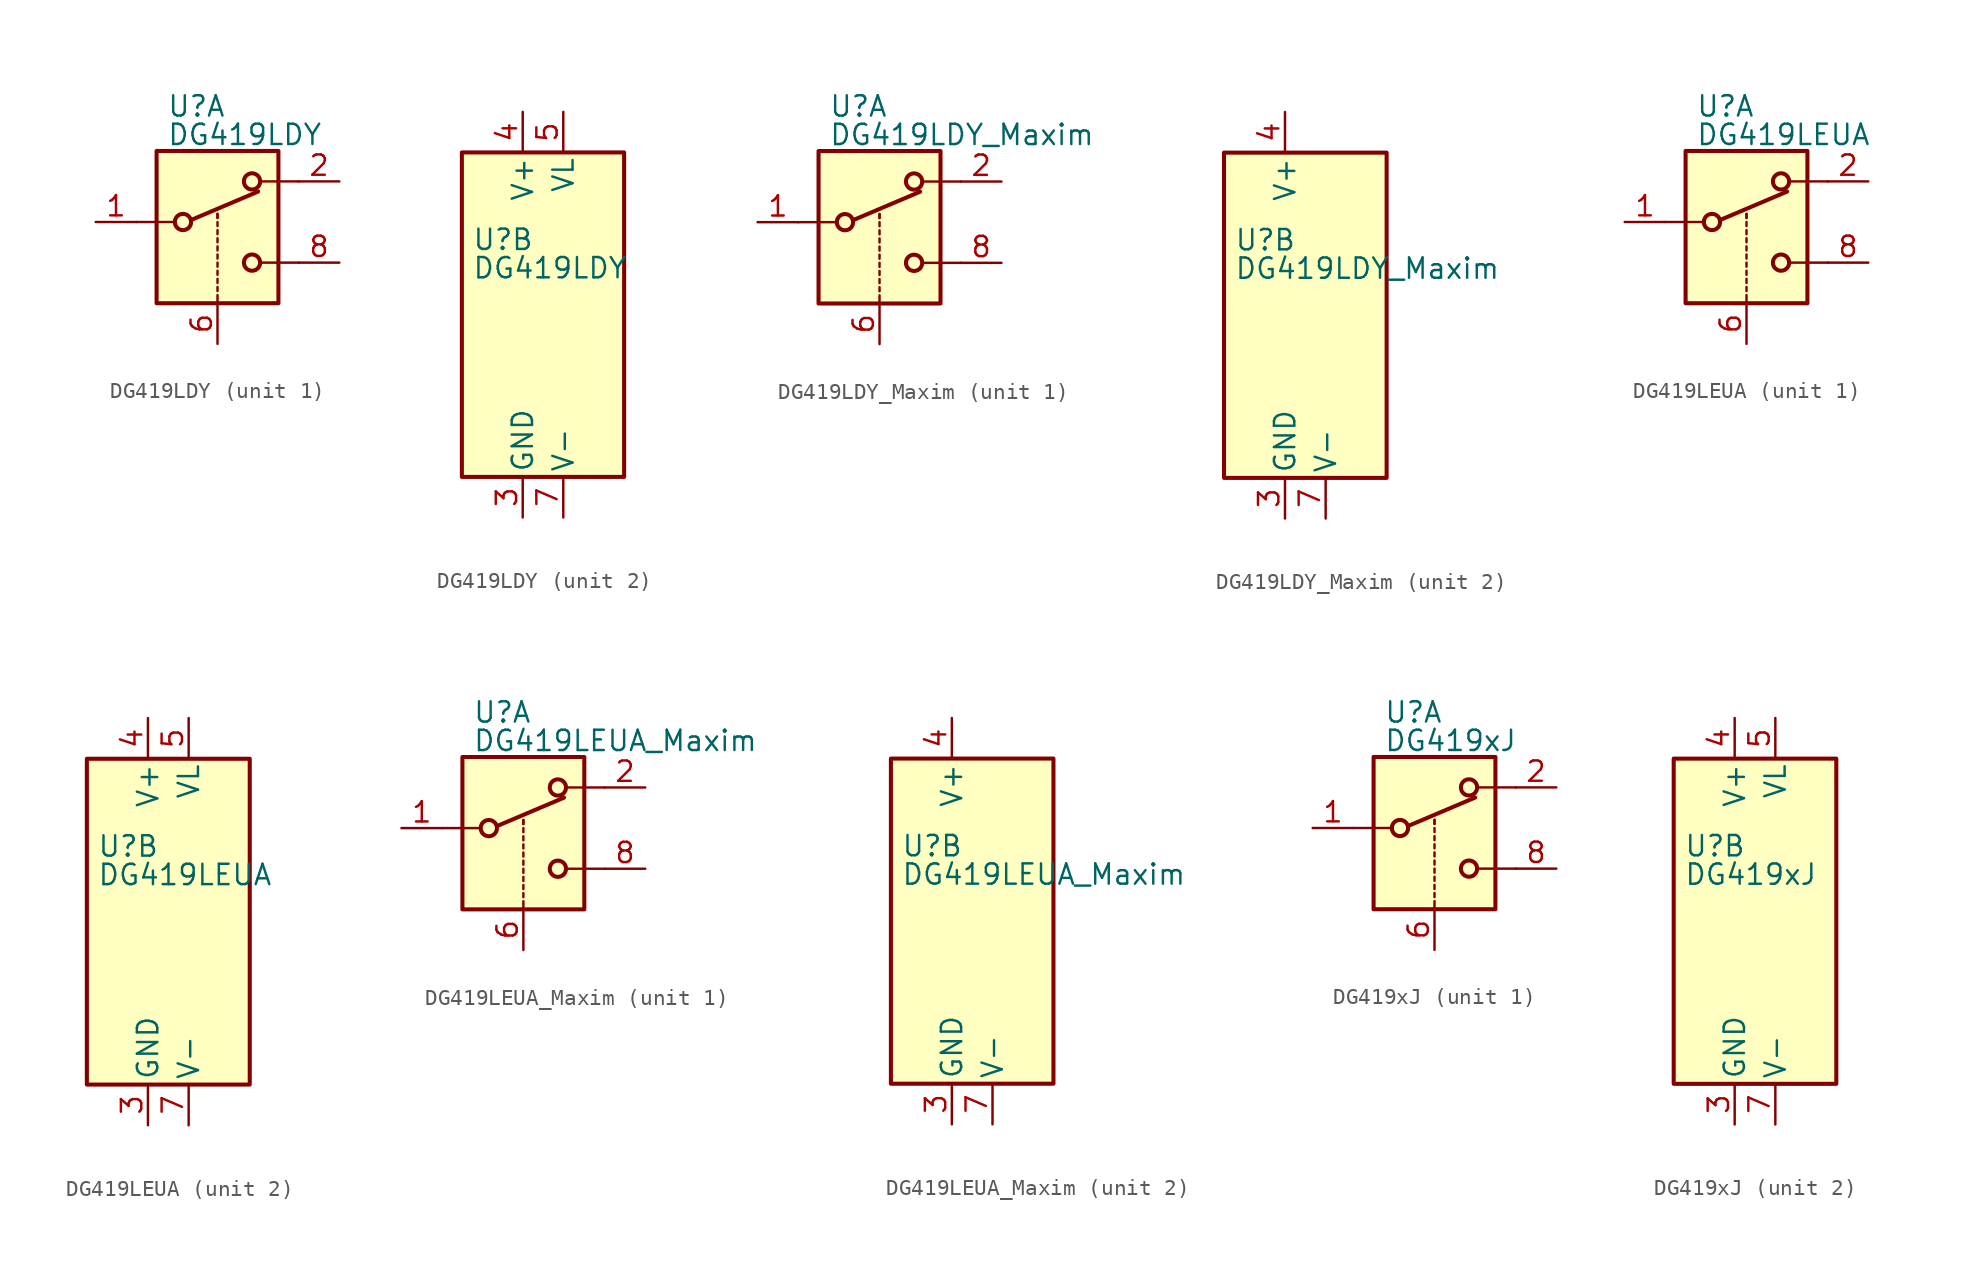
<source format=kicad_sym>
(kicad_symbol_lib
  (version 20220914)
  (generator kicad_symbol_editor)
  (symbol "DG419LDY"
    (pin_names
      (offset 0.254))
    (property "Reference" "U"
      (at -3.175 4.699 0)
      (effects (font (size 1.27 1.27)) (justify left)))
    (property "Value" "DG419LDY"
      (at -3.175 2.921 0)
      (effects (font (size 1.27 1.27)) (justify left)))
    (symbol "DG419LDY_1_1"
      (rectangle (start -3.81 1.905) (end 3.81 -7.62) (stroke (width 0.254) (type default)) (fill (type background)))
      (circle (center -2.159 -2.54) (radius 0.508) (stroke (width 0.254) (type default)) (fill (type none)))
      (polyline (pts (xy -5.08 -2.54) (xy -2.794 -2.54)) (stroke (width 0) (type default)) (fill (type none)))
      (polyline (pts (xy -1.651 -2.413) (xy 2.54 -0.635)) (stroke (width 0.254) (type default)) (fill (type none)))
      (polyline (pts (xy 0 -7.62) (xy 0 -7.112)) (stroke (width 0) (type default)) (fill (type none)))
      (polyline (pts (xy 0 -6.858) (xy 0 -6.604)) (stroke (width 0) (type default)) (fill (type none)))
      (polyline (pts (xy 0 -6.35) (xy 0 -6.096)) (stroke (width 0) (type default)) (fill (type none)))
      (polyline (pts (xy 0 -5.842) (xy 0 -5.588)) (stroke (width 0) (type default)) (fill (type none)))
      (polyline (pts (xy 0 -5.334) (xy 0 -5.08)) (stroke (width 0) (type default)) (fill (type none)))
      (polyline (pts (xy 0 -4.826) (xy 0 -4.572)) (stroke (width 0) (type default)) (fill (type none)))
      (polyline (pts (xy 0 -4.318) (xy 0 -4.064)) (stroke (width 0) (type default)) (fill (type none)))
      (polyline (pts (xy 0 -3.81) (xy 0 -3.556)) (stroke (width 0) (type default)) (fill (type none)))
      (polyline (pts (xy 0 -3.302) (xy 0 -3.048)) (stroke (width 0) (type default)) (fill (type none)))
      (polyline (pts (xy 0 -2.794) (xy 0 -2.54)) (stroke (width 0) (type default)) (fill (type none)))
      (polyline (pts (xy 0 -2.286) (xy 0 -2.032)) (stroke (width 0) (type default)) (fill (type none)))
      (polyline (pts (xy 0 -2.286) (xy 0 -2.032)) (stroke (width 0) (type default)) (fill (type none)))
      (polyline (pts (xy 5.08 -5.08) (xy 2.794 -5.08)) (stroke (width 0) (type default)) (fill (type none)))
      (polyline (pts (xy 5.08 0) (xy 2.794 0)) (stroke (width 0) (type default)) (fill (type none)))
      (circle (center 2.159 -5.08) (radius 0.508) (stroke (width 0.254) (type default)) (fill (type none)))
      (circle (center 2.159 0) (radius 0.508) (stroke (width 0.254) (type default)) (fill (type none)))
      (pin passive line (at -7.62 -2.54 0) (length 2.54) (name "~" (effects (font (size 1.27 1.27)))) (number "1" (effects (font (size 1.27 1.27)))))
      (pin passive line (at 7.62 0 180) (length 2.54) (name "~" (effects (font (size 1.27 1.27)))) (number "2" (effects (font (size 1.27 1.27)))))
      (pin input line (at 0 -10.16 90) (length 2.54) (name "~" (effects (font (size 1.27 1.27)))) (number "6" (effects (font (size 1.27 1.27)))))
      (pin passive line (at 7.62 -5.08 180) (length 2.54) (name "~" (effects (font (size 1.27 1.27)))) (number "8" (effects (font (size 1.27 1.27))))))
    (symbol "DG419LDY_2_0"
      (pin power_in line (at 0 -12.7 90) (length 2.54) (name "GND" (effects (font (size 1.27 1.27)))) (number "3" (effects (font (size 1.27 1.27)))))
      (pin power_in line (at 0 12.7 270) (length 2.54) (name "V+" (effects (font (size 1.27 1.27)))) (number "4" (effects (font (size 1.27 1.27)))))
      (pin power_in line (at 2.54 12.7 270) (length 2.54) (name "VL" (effects (font (size 1.27 1.27)))) (number "5" (effects (font (size 1.27 1.27)))))
      (pin power_in line (at 2.54 -12.7 90) (length 2.54) (name "V-" (effects (font (size 1.27 1.27)))) (number "7" (effects (font (size 1.27 1.27))))))
    (symbol "DG419LDY_2_1"
      (rectangle (start -3.81 10.16) (end 6.35 -10.16) (stroke (width 0.254) (type default)) (fill (type background)))))
  (symbol "DG419LDY_Maxim"
    (pin_names
      (offset 0.254))
    (property "Reference" "U"
      (at -3.175 4.699 0)
      (effects (font (size 1.27 1.27)) (justify left)))
    (property "Value" "DG419LDY_Maxim"
      (at -3.175 2.921 0)
      (effects (font (size 1.27 1.27)) (justify left)))
    (symbol "DG419LDY_Maxim_1_1"
      (rectangle (start -3.81 1.905) (end 3.81 -7.62) (stroke (width 0.254) (type default)) (fill (type background)))
      (circle (center -2.159 -2.54) (radius 0.508) (stroke (width 0.254) (type default)) (fill (type none)))
      (polyline (pts (xy -5.08 -2.54) (xy -2.794 -2.54)) (stroke (width 0) (type default)) (fill (type none)))
      (polyline (pts (xy -1.651 -2.413) (xy 2.54 -0.635)) (stroke (width 0.254) (type default)) (fill (type none)))
      (polyline (pts (xy 0 -7.62) (xy 0 -7.112)) (stroke (width 0) (type default)) (fill (type none)))
      (polyline (pts (xy 0 -6.858) (xy 0 -6.604)) (stroke (width 0) (type default)) (fill (type none)))
      (polyline (pts (xy 0 -6.35) (xy 0 -6.096)) (stroke (width 0) (type default)) (fill (type none)))
      (polyline (pts (xy 0 -5.842) (xy 0 -5.588)) (stroke (width 0) (type default)) (fill (type none)))
      (polyline (pts (xy 0 -5.334) (xy 0 -5.08)) (stroke (width 0) (type default)) (fill (type none)))
      (polyline (pts (xy 0 -4.826) (xy 0 -4.572)) (stroke (width 0) (type default)) (fill (type none)))
      (polyline (pts (xy 0 -4.318) (xy 0 -4.064)) (stroke (width 0) (type default)) (fill (type none)))
      (polyline (pts (xy 0 -3.81) (xy 0 -3.556)) (stroke (width 0) (type default)) (fill (type none)))
      (polyline (pts (xy 0 -3.302) (xy 0 -3.048)) (stroke (width 0) (type default)) (fill (type none)))
      (polyline (pts (xy 0 -2.794) (xy 0 -2.54)) (stroke (width 0) (type default)) (fill (type none)))
      (polyline (pts (xy 0 -2.286) (xy 0 -2.032)) (stroke (width 0) (type default)) (fill (type none)))
      (polyline (pts (xy 0 -2.286) (xy 0 -2.032)) (stroke (width 0) (type default)) (fill (type none)))
      (polyline (pts (xy 5.08 -5.08) (xy 2.794 -5.08)) (stroke (width 0) (type default)) (fill (type none)))
      (polyline (pts (xy 5.08 0) (xy 2.794 0)) (stroke (width 0) (type default)) (fill (type none)))
      (circle (center 2.159 -5.08) (radius 0.508) (stroke (width 0.254) (type default)) (fill (type none)))
      (circle (center 2.159 0) (radius 0.508) (stroke (width 0.254) (type default)) (fill (type none)))
      (pin passive line (at -7.62 -2.54 0) (length 2.54) (name "~" (effects (font (size 1.27 1.27)))) (number "1" (effects (font (size 1.27 1.27)))))
      (pin passive line (at 7.62 0 180) (length 2.54) (name "~" (effects (font (size 1.27 1.27)))) (number "2" (effects (font (size 1.27 1.27)))))
      (pin input line (at 0 -10.16 90) (length 2.54) (name "~" (effects (font (size 1.27 1.27)))) (number "6" (effects (font (size 1.27 1.27)))))
      (pin passive line (at 7.62 -5.08 180) (length 2.54) (name "~" (effects (font (size 1.27 1.27)))) (number "8" (effects (font (size 1.27 1.27))))))
    (symbol "DG419LDY_Maxim_2_0"
      (pin power_in line (at 0 -12.7 90) (length 2.54) (name "GND" (effects (font (size 1.27 1.27)))) (number "3" (effects (font (size 1.27 1.27)))))
      (pin power_in line (at 0 12.7 270) (length 2.54) (name "V+" (effects (font (size 1.27 1.27)))) (number "4" (effects (font (size 1.27 1.27)))))
      (pin no_connect line (at 2.54 10.16 270) (length 2.54) hide (name "NC" (effects (font (size 1.27 1.27)))) (number "5" (effects (font (size 1.27 1.27)))))
      (pin power_in line (at 2.54 -12.7 90) (length 2.54) (name "V-" (effects (font (size 1.27 1.27)))) (number "7" (effects (font (size 1.27 1.27))))))
    (symbol "DG419LDY_Maxim_2_1"
      (rectangle (start -3.81 10.16) (end 6.35 -10.16) (stroke (width 0.254) (type default)) (fill (type background)))))
  (symbol "DG419LEUA"
    (pin_names
      (offset 0.254))
    (property "Reference" "U"
      (at -3.175 4.699 0)
      (effects (font (size 1.27 1.27)) (justify left)))
    (property "Value" "DG419LEUA"
      (at -3.175 2.921 0)
      (effects (font (size 1.27 1.27)) (justify left)))
    (symbol "DG419LEUA_1_1"
      (rectangle (start -3.81 1.905) (end 3.81 -7.62) (stroke (width 0.254) (type default)) (fill (type background)))
      (circle (center -2.159 -2.54) (radius 0.508) (stroke (width 0.254) (type default)) (fill (type none)))
      (polyline (pts (xy -5.08 -2.54) (xy -2.794 -2.54)) (stroke (width 0) (type default)) (fill (type none)))
      (polyline (pts (xy -1.651 -2.413) (xy 2.54 -0.635)) (stroke (width 0.254) (type default)) (fill (type none)))
      (polyline (pts (xy 0 -7.62) (xy 0 -7.112)) (stroke (width 0) (type default)) (fill (type none)))
      (polyline (pts (xy 0 -6.858) (xy 0 -6.604)) (stroke (width 0) (type default)) (fill (type none)))
      (polyline (pts (xy 0 -6.35) (xy 0 -6.096)) (stroke (width 0) (type default)) (fill (type none)))
      (polyline (pts (xy 0 -5.842) (xy 0 -5.588)) (stroke (width 0) (type default)) (fill (type none)))
      (polyline (pts (xy 0 -5.334) (xy 0 -5.08)) (stroke (width 0) (type default)) (fill (type none)))
      (polyline (pts (xy 0 -4.826) (xy 0 -4.572)) (stroke (width 0) (type default)) (fill (type none)))
      (polyline (pts (xy 0 -4.318) (xy 0 -4.064)) (stroke (width 0) (type default)) (fill (type none)))
      (polyline (pts (xy 0 -3.81) (xy 0 -3.556)) (stroke (width 0) (type default)) (fill (type none)))
      (polyline (pts (xy 0 -3.302) (xy 0 -3.048)) (stroke (width 0) (type default)) (fill (type none)))
      (polyline (pts (xy 0 -2.794) (xy 0 -2.54)) (stroke (width 0) (type default)) (fill (type none)))
      (polyline (pts (xy 0 -2.286) (xy 0 -2.032)) (stroke (width 0) (type default)) (fill (type none)))
      (polyline (pts (xy 0 -2.286) (xy 0 -2.032)) (stroke (width 0) (type default)) (fill (type none)))
      (polyline (pts (xy 5.08 -5.08) (xy 2.794 -5.08)) (stroke (width 0) (type default)) (fill (type none)))
      (polyline (pts (xy 5.08 0) (xy 2.794 0)) (stroke (width 0) (type default)) (fill (type none)))
      (circle (center 2.159 -5.08) (radius 0.508) (stroke (width 0.254) (type default)) (fill (type none)))
      (circle (center 2.159 0) (radius 0.508) (stroke (width 0.254) (type default)) (fill (type none)))
      (pin passive line (at -7.62 -2.54 0) (length 2.54) (name "~" (effects (font (size 1.27 1.27)))) (number "1" (effects (font (size 1.27 1.27)))))
      (pin passive line (at 7.62 0 180) (length 2.54) (name "~" (effects (font (size 1.27 1.27)))) (number "2" (effects (font (size 1.27 1.27)))))
      (pin input line (at 0 -10.16 90) (length 2.54) (name "~" (effects (font (size 1.27 1.27)))) (number "6" (effects (font (size 1.27 1.27)))))
      (pin passive line (at 7.62 -5.08 180) (length 2.54) (name "~" (effects (font (size 1.27 1.27)))) (number "8" (effects (font (size 1.27 1.27))))))
    (symbol "DG419LEUA_2_0"
      (pin power_in line (at 0 -12.7 90) (length 2.54) (name "GND" (effects (font (size 1.27 1.27)))) (number "3" (effects (font (size 1.27 1.27)))))
      (pin power_in line (at 0 12.7 270) (length 2.54) (name "V+" (effects (font (size 1.27 1.27)))) (number "4" (effects (font (size 1.27 1.27)))))
      (pin power_in line (at 2.54 12.7 270) (length 2.54) (name "VL" (effects (font (size 1.27 1.27)))) (number "5" (effects (font (size 1.27 1.27)))))
      (pin power_in line (at 2.54 -12.7 90) (length 2.54) (name "V-" (effects (font (size 1.27 1.27)))) (number "7" (effects (font (size 1.27 1.27))))))
    (symbol "DG419LEUA_2_1"
      (rectangle (start -3.81 10.16) (end 6.35 -10.16) (stroke (width 0.254) (type default)) (fill (type background)))))
  (symbol "DG419LEUA_Maxim"
    (pin_names
      (offset 0.254))
    (property "Reference" "U"
      (at -3.175 4.699 0)
      (effects (font (size 1.27 1.27)) (justify left)))
    (property "Value" "DG419LEUA_Maxim"
      (at -3.175 2.921 0)
      (effects (font (size 1.27 1.27)) (justify left)))
    (symbol "DG419LEUA_Maxim_1_1"
      (rectangle (start -3.81 1.905) (end 3.81 -7.62) (stroke (width 0.254) (type default)) (fill (type background)))
      (circle (center -2.159 -2.54) (radius 0.508) (stroke (width 0.254) (type default)) (fill (type none)))
      (polyline (pts (xy -5.08 -2.54) (xy -2.794 -2.54)) (stroke (width 0) (type default)) (fill (type none)))
      (polyline (pts (xy -1.651 -2.413) (xy 2.54 -0.635)) (stroke (width 0.254) (type default)) (fill (type none)))
      (polyline (pts (xy 0 -7.62) (xy 0 -7.112)) (stroke (width 0) (type default)) (fill (type none)))
      (polyline (pts (xy 0 -6.858) (xy 0 -6.604)) (stroke (width 0) (type default)) (fill (type none)))
      (polyline (pts (xy 0 -6.35) (xy 0 -6.096)) (stroke (width 0) (type default)) (fill (type none)))
      (polyline (pts (xy 0 -5.842) (xy 0 -5.588)) (stroke (width 0) (type default)) (fill (type none)))
      (polyline (pts (xy 0 -5.334) (xy 0 -5.08)) (stroke (width 0) (type default)) (fill (type none)))
      (polyline (pts (xy 0 -4.826) (xy 0 -4.572)) (stroke (width 0) (type default)) (fill (type none)))
      (polyline (pts (xy 0 -4.318) (xy 0 -4.064)) (stroke (width 0) (type default)) (fill (type none)))
      (polyline (pts (xy 0 -3.81) (xy 0 -3.556)) (stroke (width 0) (type default)) (fill (type none)))
      (polyline (pts (xy 0 -3.302) (xy 0 -3.048)) (stroke (width 0) (type default)) (fill (type none)))
      (polyline (pts (xy 0 -2.794) (xy 0 -2.54)) (stroke (width 0) (type default)) (fill (type none)))
      (polyline (pts (xy 0 -2.286) (xy 0 -2.032)) (stroke (width 0) (type default)) (fill (type none)))
      (polyline (pts (xy 0 -2.286) (xy 0 -2.032)) (stroke (width 0) (type default)) (fill (type none)))
      (polyline (pts (xy 5.08 -5.08) (xy 2.794 -5.08)) (stroke (width 0) (type default)) (fill (type none)))
      (polyline (pts (xy 5.08 0) (xy 2.794 0)) (stroke (width 0) (type default)) (fill (type none)))
      (circle (center 2.159 -5.08) (radius 0.508) (stroke (width 0.254) (type default)) (fill (type none)))
      (circle (center 2.159 0) (radius 0.508) (stroke (width 0.254) (type default)) (fill (type none)))
      (pin passive line (at -7.62 -2.54 0) (length 2.54) (name "~" (effects (font (size 1.27 1.27)))) (number "1" (effects (font (size 1.27 1.27)))))
      (pin passive line (at 7.62 0 180) (length 2.54) (name "~" (effects (font (size 1.27 1.27)))) (number "2" (effects (font (size 1.27 1.27)))))
      (pin input line (at 0 -10.16 90) (length 2.54) (name "~" (effects (font (size 1.27 1.27)))) (number "6" (effects (font (size 1.27 1.27)))))
      (pin passive line (at 7.62 -5.08 180) (length 2.54) (name "~" (effects (font (size 1.27 1.27)))) (number "8" (effects (font (size 1.27 1.27))))))
    (symbol "DG419LEUA_Maxim_2_0"
      (pin power_in line (at 0 -12.7 90) (length 2.54) (name "GND" (effects (font (size 1.27 1.27)))) (number "3" (effects (font (size 1.27 1.27)))))
      (pin power_in line (at 0 12.7 270) (length 2.54) (name "V+" (effects (font (size 1.27 1.27)))) (number "4" (effects (font (size 1.27 1.27)))))
      (pin no_connect line (at 2.54 10.16 270) (length 2.54) hide (name "NC" (effects (font (size 1.27 1.27)))) (number "5" (effects (font (size 1.27 1.27)))))
      (pin power_in line (at 2.54 -12.7 90) (length 2.54) (name "V-" (effects (font (size 1.27 1.27)))) (number "7" (effects (font (size 1.27 1.27))))))
    (symbol "DG419LEUA_Maxim_2_1"
      (rectangle (start -3.81 10.16) (end 6.35 -10.16) (stroke (width 0.254) (type default)) (fill (type background)))))
  (symbol "DG419xJ"
    (pin_names
      (offset 0.254))
    (property "Reference" "U"
      (at -3.175 4.699 0)
      (effects (font (size 1.27 1.27)) (justify left)))
    (property "Value" "DG419xJ"
      (at -3.175 2.921 0)
      (effects (font (size 1.27 1.27)) (justify left)))
    (symbol "DG419xJ_1_1"
      (rectangle (start -3.81 1.905) (end 3.81 -7.62) (stroke (width 0.254) (type default)) (fill (type background)))
      (circle (center -2.159 -2.54) (radius 0.508) (stroke (width 0.254) (type default)) (fill (type none)))
      (polyline (pts (xy -5.08 -2.54) (xy -2.794 -2.54)) (stroke (width 0) (type default)) (fill (type none)))
      (polyline (pts (xy -1.651 -2.413) (xy 2.54 -0.635)) (stroke (width 0.254) (type default)) (fill (type none)))
      (polyline (pts (xy 0 -7.62) (xy 0 -7.112)) (stroke (width 0) (type default)) (fill (type none)))
      (polyline (pts (xy 0 -6.858) (xy 0 -6.604)) (stroke (width 0) (type default)) (fill (type none)))
      (polyline (pts (xy 0 -6.35) (xy 0 -6.096)) (stroke (width 0) (type default)) (fill (type none)))
      (polyline (pts (xy 0 -5.842) (xy 0 -5.588)) (stroke (width 0) (type default)) (fill (type none)))
      (polyline (pts (xy 0 -5.334) (xy 0 -5.08)) (stroke (width 0) (type default)) (fill (type none)))
      (polyline (pts (xy 0 -4.826) (xy 0 -4.572)) (stroke (width 0) (type default)) (fill (type none)))
      (polyline (pts (xy 0 -4.318) (xy 0 -4.064)) (stroke (width 0) (type default)) (fill (type none)))
      (polyline (pts (xy 0 -3.81) (xy 0 -3.556)) (stroke (width 0) (type default)) (fill (type none)))
      (polyline (pts (xy 0 -3.302) (xy 0 -3.048)) (stroke (width 0) (type default)) (fill (type none)))
      (polyline (pts (xy 0 -2.794) (xy 0 -2.54)) (stroke (width 0) (type default)) (fill (type none)))
      (polyline (pts (xy 0 -2.286) (xy 0 -2.032)) (stroke (width 0) (type default)) (fill (type none)))
      (polyline (pts (xy 0 -2.286) (xy 0 -2.032)) (stroke (width 0) (type default)) (fill (type none)))
      (polyline (pts (xy 5.08 -5.08) (xy 2.794 -5.08)) (stroke (width 0) (type default)) (fill (type none)))
      (polyline (pts (xy 5.08 0) (xy 2.794 0)) (stroke (width 0) (type default)) (fill (type none)))
      (circle (center 2.159 -5.08) (radius 0.508) (stroke (width 0.254) (type default)) (fill (type none)))
      (circle (center 2.159 0) (radius 0.508) (stroke (width 0.254) (type default)) (fill (type none)))
      (pin passive line (at -7.62 -2.54 0) (length 2.54) (name "~" (effects (font (size 1.27 1.27)))) (number "1" (effects (font (size 1.27 1.27)))))
      (pin passive line (at 7.62 0 180) (length 2.54) (name "~" (effects (font (size 1.27 1.27)))) (number "2" (effects (font (size 1.27 1.27)))))
      (pin input line (at 0 -10.16 90) (length 2.54) (name "~" (effects (font (size 1.27 1.27)))) (number "6" (effects (font (size 1.27 1.27)))))
      (pin passive line (at 7.62 -5.08 180) (length 2.54) (name "~" (effects (font (size 1.27 1.27)))) (number "8" (effects (font (size 1.27 1.27))))))
    (symbol "DG419xJ_2_0"
      (pin power_in line (at 0 -12.7 90) (length 2.54) (name "GND" (effects (font (size 1.27 1.27)))) (number "3" (effects (font (size 1.27 1.27)))))
      (pin power_in line (at 0 12.7 270) (length 2.54) (name "V+" (effects (font (size 1.27 1.27)))) (number "4" (effects (font (size 1.27 1.27)))))
      (pin power_in line (at 2.54 12.7 270) (length 2.54) (name "VL" (effects (font (size 1.27 1.27)))) (number "5" (effects (font (size 1.27 1.27)))))
      (pin power_in line (at 2.54 -12.7 90) (length 2.54) (name "V-" (effects (font (size 1.27 1.27)))) (number "7" (effects (font (size 1.27 1.27))))))
    (symbol "DG419xJ_2_1"
      (rectangle (start -3.81 10.16) (end 6.35 -10.16) (stroke (width 0.254) (type default)) (fill (type background))))))
</source>
